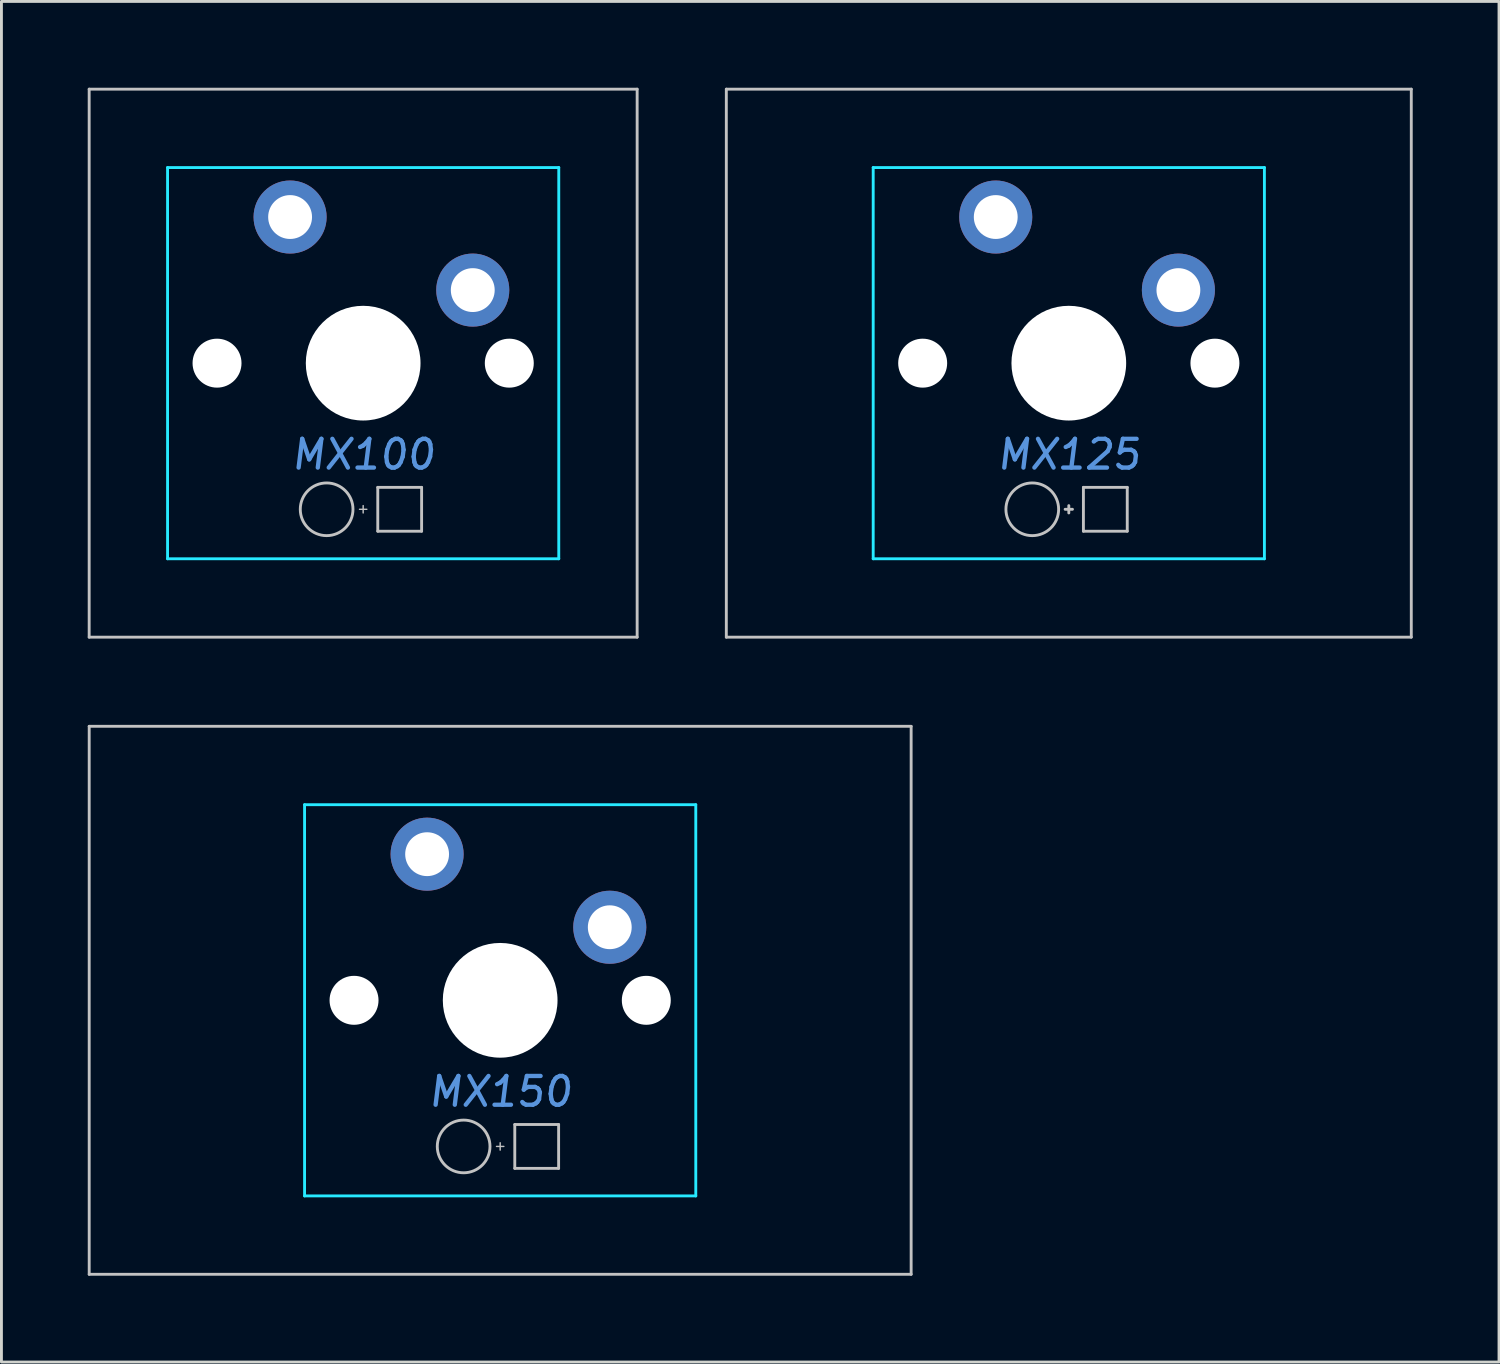
<source format=kicad_pcb>
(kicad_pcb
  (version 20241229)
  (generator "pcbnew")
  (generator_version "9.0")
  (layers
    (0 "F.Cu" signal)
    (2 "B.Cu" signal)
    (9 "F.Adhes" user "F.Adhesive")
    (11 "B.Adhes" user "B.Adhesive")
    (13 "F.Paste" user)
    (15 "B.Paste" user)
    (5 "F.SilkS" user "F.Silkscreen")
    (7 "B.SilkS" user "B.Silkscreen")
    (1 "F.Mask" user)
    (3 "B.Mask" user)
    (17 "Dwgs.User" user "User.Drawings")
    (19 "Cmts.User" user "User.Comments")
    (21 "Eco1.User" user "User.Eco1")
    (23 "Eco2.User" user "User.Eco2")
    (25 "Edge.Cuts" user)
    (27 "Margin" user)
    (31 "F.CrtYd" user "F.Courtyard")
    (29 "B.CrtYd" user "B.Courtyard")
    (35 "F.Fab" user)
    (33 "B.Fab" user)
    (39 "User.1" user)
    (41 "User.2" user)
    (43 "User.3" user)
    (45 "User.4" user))
  (footprint "MX125"
    (layer "F.Cu")
    (at 34.106 9.575)
    (property "Reference" "MX125" (at 0 3.175 0) (layer "Cmts.User") (effects (font (size 1 1) (thickness 0.15) (italic yes))))
    (attr through_hole)
    (fp_line (start -11.906 -9.525) (end -11.906 9.525) (stroke (width 0.1) (type solid)) (layer "Dwgs.User"))
    (fp_line (start -11.906 -9.525) (end 11.906 -9.525) (stroke (width 0.1) (type solid)) (layer "Dwgs.User"))
    (fp_line (start -11.906 9.525) (end 11.906 9.525) (stroke (width 0.1) (type solid)) (layer "Dwgs.User"))
    (fp_line (start -0.127 5.08) (end 0.127 5.08) (stroke (width 0.1) (type solid)) (layer "Dwgs.User"))
    (fp_line (start 0 4.953) (end 0 5.207) (stroke (width 0.1) (type solid)) (layer "Dwgs.User"))
    (fp_line (start 0.508 4.318) (end 2.032 4.318) (stroke (width 0.1) (type solid)) (layer "Dwgs.User"))
    (fp_line (start 0.508 5.842) (end 0.508 4.318) (stroke (width 0.1) (type solid)) (layer "Dwgs.User"))
    (fp_line (start 2.032 4.318) (end 2.032 5.842) (stroke (width 0.1) (type solid)) (layer "Dwgs.User"))
    (fp_line (start 2.032 5.842) (end 0.508 5.842) (stroke (width 0.1) (type solid)) (layer "Dwgs.User"))
    (fp_line (start 11.906 -9.525) (end 11.906 9.525) (stroke (width 0.1) (type solid)) (layer "Dwgs.User"))
    (fp_circle (center -1.27 5.08) (end -0.354 5.08) (stroke (width 0.1) (type solid)) (fill no) (layer "Dwgs.User"))
    (fp_line (start -7 6.5) (end -7 -6.5) (stroke (width 0.1) (type solid)) (layer "Eco1.User"))
    (fp_line (start -6.5 -7) (end 6.5 -7) (stroke (width 0.1) (type solid)) (layer "Eco1.User"))
    (fp_line (start 6.5 7) (end -6.5 7) (stroke (width 0.1) (type solid)) (layer "Eco1.User"))
    (fp_line (start 7 -6.5) (end 7 6.5) (stroke (width 0.1) (type solid)) (layer "Eco1.User"))
    (fp_arc (start -7 -6.5) (mid -6.853553 -6.853553) (end -6.5 -7) (stroke (width 0.1) (type solid)) (layer "Eco1.User"))
    (fp_arc (start -6.5 7) (mid -6.853553 6.853553) (end -7 6.5) (stroke (width 0.1) (type solid)) (layer "Eco1.User"))
    (fp_arc (start 6.5 -7) (mid 6.853553 -6.853553) (end 7 -6.5) (stroke (width 0.1) (type solid)) (layer "Eco1.User"))
    (fp_arc (start 7 6.5) (mid 6.853553 6.853553) (end 6.5 7) (stroke (width 0.1) (type solid)) (layer "Eco1.User"))
    (fp_line (start -6.8 -6.8) (end -6.8 6.8) (stroke (width 0.1) (type solid)) (layer "B.CrtYd"))
    (fp_line (start -6.8 -6.8) (end 6.8 -6.8) (stroke (width 0.1) (type solid)) (layer "B.CrtYd"))
    (fp_line (start -6.8 6.8) (end 6.8 6.8) (stroke (width 0.1) (type solid)) (layer "B.CrtYd"))
    (fp_line (start 6.8 6.8) (end 6.8 -6.8) (stroke (width 0.1) (type solid)) (layer "B.CrtYd"))
    (pad "" np_thru_hole circle (at -5.08 0) (size 1.702 1.702) (drill 1.702) (layers "*.Cu" "*.Mask"))
    (pad "" np_thru_hole circle (at 0 0) (size 3.988 3.988) (drill 3.988) (layers "*.Cu" "*.Mask"))
    (pad "" np_thru_hole circle (at 5.08 0) (size 1.702 1.702) (drill 1.702) (layers "*.Cu" "*.Mask"))
    (pad "1" thru_hole circle (at 3.81 -2.54) (size 2.54 2.54) (drill 1.524) (layers "*.Cu" "*.Mask"))
    (pad "2" thru_hole circle (at -2.54 -5.08) (size 2.54 2.54) (drill 1.524) (layers "*.Cu" "*.Mask")))
  (footprint "MX150"
    (layer "F.Cu")
    (at 14.338 31.725)
    (property "Reference" "MX150" (at 0 3.175 0) (layer "Cmts.User") (effects (font (size 1 1) (thickness 0.15) (italic yes))))
    (attr through_hole)
    (fp_line (start -14.287 -9.525) (end -14.287 9.525) (stroke (width 0.1) (type solid)) (layer "Dwgs.User"))
    (fp_line (start -14.287 -9.525) (end 14.287 -9.525) (stroke (width 0.1) (type solid)) (layer "Dwgs.User"))
    (fp_line (start -14.287 9.525) (end 14.287 9.525) (stroke (width 0.1) (type solid)) (layer "Dwgs.User"))
    (fp_line (start 0 5.207) (end 0 4.953) (stroke (width 0.05) (type solid)) (layer "Dwgs.User"))
    (fp_line (start 0.127 5.08) (end -0.127 5.08) (stroke (width 0.05) (type solid)) (layer "Dwgs.User"))
    (fp_line (start 0.508 4.318) (end 2.032 4.318) (stroke (width 0.1) (type solid)) (layer "Dwgs.User"))
    (fp_line (start 0.508 5.842) (end 0.508 4.318) (stroke (width 0.1) (type solid)) (layer "Dwgs.User"))
    (fp_line (start 0.508 5.842) (end 2.032 5.842) (stroke (width 0.1) (type solid)) (layer "Dwgs.User"))
    (fp_line (start 2.032 5.842) (end 2.032 4.318) (stroke (width 0.1) (type solid)) (layer "Dwgs.User"))
    (fp_line (start 14.287 -9.525) (end 14.287 9.525) (stroke (width 0.1) (type solid)) (layer "Dwgs.User"))
    (fp_circle (center -1.27 5.08) (end -0.354 5.08) (stroke (width 0.1) (type solid)) (fill no) (layer "Dwgs.User"))
    (fp_line (start -7 -6.5) (end -7 6.5) (stroke (width 0.1) (type solid)) (layer "Eco1.User"))
    (fp_line (start -6.5 7) (end 6.5 7) (stroke (width 0.1) (type solid)) (layer "Eco1.User"))
    (fp_line (start 6.5 -7) (end -6.5 -7) (stroke (width 0.1) (type solid)) (layer "Eco1.User"))
    (fp_line (start 7 6.5) (end 7 -6.5) (stroke (width 0.1) (type solid)) (layer "Eco1.User"))
    (fp_arc (start -7 -6.5) (mid -6.853553 -6.853553) (end -6.5 -7) (stroke (width 0.1) (type solid)) (layer "Eco1.User"))
    (fp_arc (start -6.5 7) (mid -6.853553 6.853553) (end -7 6.5) (stroke (width 0.1) (type solid)) (layer "Eco1.User"))
    (fp_arc (start 6.5 -7) (mid 6.853553 -6.853553) (end 7 -6.5) (stroke (width 0.1) (type solid)) (layer "Eco1.User"))
    (fp_arc (start 7 6.5) (mid 6.853553 6.853553) (end 6.5 7) (stroke (width 0.1) (type solid)) (layer "Eco1.User"))
    (fp_line (start -6.8 -6.8) (end 6.8 -6.8) (stroke (width 0.1) (type solid)) (layer "B.CrtYd"))
    (fp_line (start -6.8 6.8) (end -6.8 -6.8) (stroke (width 0.1) (type solid)) (layer "B.CrtYd"))
    (fp_line (start -6.8 6.8) (end 6.8 6.8) (stroke (width 0.1) (type solid)) (layer "B.CrtYd"))
    (fp_line (start 6.8 6.8) (end 6.8 -6.8) (stroke (width 0.1) (type solid)) (layer "B.CrtYd"))
    (pad "" np_thru_hole circle (at -5.08 0) (size 1.702 1.702) (drill 1.702) (layers "*.Cu" "*.Mask"))
    (pad "" np_thru_hole circle (at 0 0) (size 3.988 3.988) (drill 3.988) (layers "*.Cu" "*.Mask"))
    (pad "" np_thru_hole circle (at 5.08 0) (size 1.702 1.702) (drill 1.702) (layers "*.Cu" "*.Mask"))
    (pad "1" thru_hole circle (at 3.81 -2.54) (size 2.54 2.54) (drill 1.524) (layers "*.Cu" "*.Mask"))
    (pad "2" thru_hole circle (at -2.54 -5.08) (size 2.54 2.54) (drill 1.524) (layers "*.Cu" "*.Mask")))
  (footprint "MX100"
    (layer "F.Cu")
    (at 9.575 9.575)
    (property "Reference" "MX100" (at 0 3.175 0) (layer "Cmts.User") (effects (font (size 1 1) (thickness 0.15) (italic yes))))
    (attr through_hole)
    (fp_line (start -9.525 -9.525) (end 9.525 -9.525) (stroke (width 0.1) (type solid)) (layer "Dwgs.User"))
    (fp_line (start -9.525 9.525) (end -9.525 -9.525) (stroke (width 0.1) (type solid)) (layer "Dwgs.User"))
    (fp_line (start -0.127 5.08) (end 0.127 5.08) (stroke (width 0.05) (type solid)) (layer "Dwgs.User"))
    (fp_line (start 0 4.953) (end 0 5.207) (stroke (width 0.05) (type solid)) (layer "Dwgs.User"))
    (fp_line (start 0.508 4.318) (end 0.508 5.842) (stroke (width 0.1) (type solid)) (layer "Dwgs.User"))
    (fp_line (start 0.508 4.318) (end 2.032 4.318) (stroke (width 0.1) (type solid)) (layer "Dwgs.User"))
    (fp_line (start 2.032 5.842) (end 0.508 5.842) (stroke (width 0.1) (type solid)) (layer "Dwgs.User"))
    (fp_line (start 2.032 5.842) (end 2.032 4.318) (stroke (width 0.1) (type solid)) (layer "Dwgs.User"))
    (fp_line (start 9.525 -9.525) (end 9.525 9.525) (stroke (width 0.1) (type solid)) (layer "Dwgs.User"))
    (fp_line (start 9.525 9.525) (end -9.525 9.525) (stroke (width 0.1) (type solid)) (layer "Dwgs.User"))
    (fp_circle (center -1.27 5.08) (end -0.354 5.08) (stroke (width 0.1) (type solid)) (fill no) (layer "Dwgs.User"))
    (fp_line (start -7 -6.5) (end -7 6.5) (stroke (width 0.1) (type solid)) (layer "Eco1.User"))
    (fp_line (start -6.5 7) (end 6.5 7) (stroke (width 0.1) (type solid)) (layer "Eco1.User"))
    (fp_line (start 6.5 -7) (end -6.5 -7) (stroke (width 0.1) (type solid)) (layer "Eco1.User"))
    (fp_line (start 7 6.5) (end 7 -6.5) (stroke (width 0.1) (type solid)) (layer "Eco1.User"))
    (fp_arc (start -7 -6.5) (mid -6.853553 -6.853553) (end -6.5 -7) (stroke (width 0.1) (type solid)) (layer "Eco1.User"))
    (fp_arc (start -6.5 7) (mid -6.853553 6.853553) (end -7 6.5) (stroke (width 0.1) (type solid)) (layer "Eco1.User"))
    (fp_arc (start 6.5 -7) (mid 6.853553 -6.853553) (end 7 -6.5) (stroke (width 0.1) (type solid)) (layer "Eco1.User"))
    (fp_arc (start 7 6.5) (mid 6.853553 6.853553) (end 6.5 7) (stroke (width 0.1) (type solid)) (layer "Eco1.User"))
    (fp_line (start -6.8 -6.8) (end -6.8 6.8) (stroke (width 0.1) (type solid)) (layer "B.CrtYd"))
    (fp_line (start -6.8 -6.8) (end 6.8 -6.8) (stroke (width 0.1) (type solid)) (layer "B.CrtYd"))
    (fp_line (start -6.8 6.8) (end 6.8 6.8) (stroke (width 0.1) (type solid)) (layer "B.CrtYd"))
    (fp_line (start 6.8 -6.8) (end 6.8 6.8) (stroke (width 0.1) (type solid)) (layer "B.CrtYd"))
    (pad "" np_thru_hole circle (at -5.08 0) (size 1.702 1.702) (drill 1.702) (layers "*.Cu" "*.Mask"))
    (pad "" np_thru_hole circle (at 0 0) (size 3.988 3.988) (drill 3.988) (layers "*.Cu" "*.Mask"))
    (pad "" np_thru_hole circle (at 5.08 0) (size 1.702 1.702) (drill 1.702) (layers "*.Cu" "*.Mask"))
    (pad "1" thru_hole circle (at 3.81 -2.54 90) (size 2.54 2.54) (drill 1.525) (layers "*.Cu" "*.Mask"))
    (pad "2" thru_hole circle (at -2.54 -5.08) (size 2.54 2.54) (drill 1.525) (layers "*.Cu" "*.Mask")))
  (gr_rect
    (start -3 -3)
    (end 49.062 44.3)
    (stroke (width 0.1) (type default))
    (fill no)
    (layer "Edge.Cuts")))
</source>
